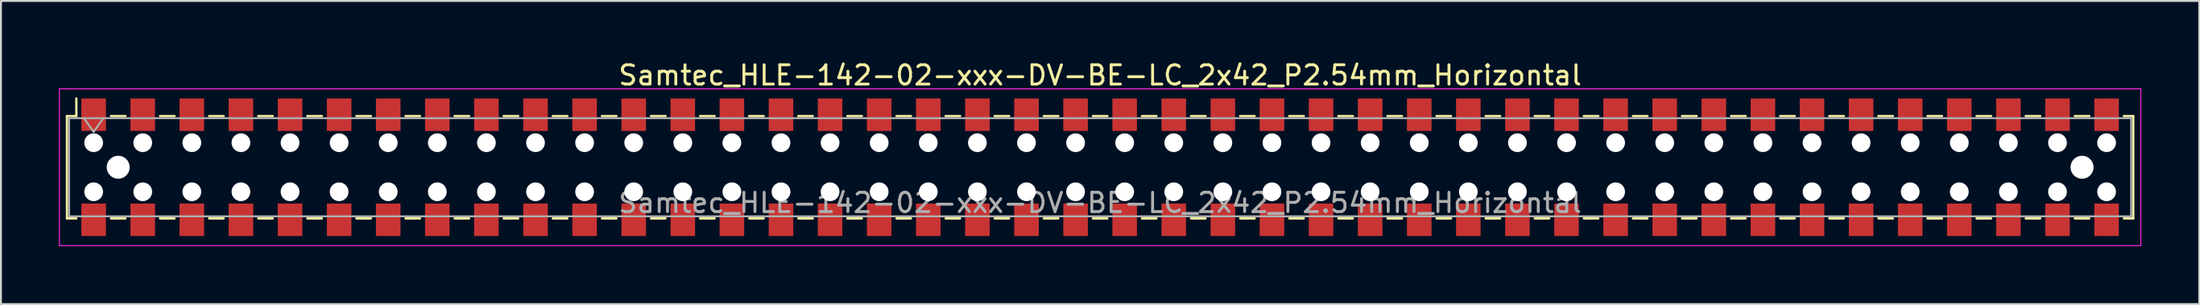
<source format=kicad_pcb>
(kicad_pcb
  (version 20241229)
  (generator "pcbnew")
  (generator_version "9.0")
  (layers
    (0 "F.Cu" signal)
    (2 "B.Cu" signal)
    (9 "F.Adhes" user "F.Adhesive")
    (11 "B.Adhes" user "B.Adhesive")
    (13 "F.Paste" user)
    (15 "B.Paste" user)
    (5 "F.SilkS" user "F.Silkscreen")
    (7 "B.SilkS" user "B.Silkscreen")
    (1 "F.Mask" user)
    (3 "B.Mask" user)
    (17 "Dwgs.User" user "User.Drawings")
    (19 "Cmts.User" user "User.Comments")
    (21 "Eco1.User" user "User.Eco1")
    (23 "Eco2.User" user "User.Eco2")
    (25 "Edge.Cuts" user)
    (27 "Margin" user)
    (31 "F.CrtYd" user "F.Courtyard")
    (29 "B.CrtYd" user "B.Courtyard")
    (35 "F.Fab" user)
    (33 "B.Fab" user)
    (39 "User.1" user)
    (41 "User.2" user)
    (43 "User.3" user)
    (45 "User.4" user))
  (footprint "Samtec_HLE-142-02-xxx-DV-BE-LC_2x42_P2.54mm_Horizontal"
    (layer "F.Cu")
    (at 53.865 5.608)
    (property "Reference" "Samtec_HLE-142-02-xxx-DV-BE-LC_2x42_P2.54mm_Horizontal" (at 0 -4.76 0) (layer "F.SilkS") (effects (font (size 1 1) (thickness 0.15))))
    (attr smd)
    (fp_line (start -53.45 -2.65) (end -53.45 2.65) (stroke (width 0.12) (type solid)) (layer "F.SilkS"))
    (fp_line (start -53.45 2.65) (end -52.965 2.65) (stroke (width 0.12) (type solid)) (layer "F.SilkS"))
    (fp_line (start -52.965 -3.56) (end -52.965 -2.65) (stroke (width 0.12) (type solid)) (layer "F.SilkS"))
    (fp_line (start -52.965 -2.65) (end -53.45 -2.65) (stroke (width 0.12) (type solid)) (layer "F.SilkS"))
    (fp_line (start -51.175 -2.65) (end -50.425 -2.65) (stroke (width 0.12) (type solid)) (layer "F.SilkS"))
    (fp_line (start -51.175 2.65) (end -50.425 2.65) (stroke (width 0.12) (type solid)) (layer "F.SilkS"))
    (fp_line (start -48.635 -2.65) (end -47.885 -2.65) (stroke (width 0.12) (type solid)) (layer "F.SilkS"))
    (fp_line (start -48.635 2.65) (end -47.885 2.65) (stroke (width 0.12) (type solid)) (layer "F.SilkS"))
    (fp_line (start -46.095 -2.65) (end -45.345 -2.65) (stroke (width 0.12) (type solid)) (layer "F.SilkS"))
    (fp_line (start -46.095 2.65) (end -45.345 2.65) (stroke (width 0.12) (type solid)) (layer "F.SilkS"))
    (fp_line (start -43.555 -2.65) (end -42.805 -2.65) (stroke (width 0.12) (type solid)) (layer "F.SilkS"))
    (fp_line (start -43.555 2.65) (end -42.805 2.65) (stroke (width 0.12) (type solid)) (layer "F.SilkS"))
    (fp_line (start -41.015 -2.65) (end -40.265 -2.65) (stroke (width 0.12) (type solid)) (layer "F.SilkS"))
    (fp_line (start -41.015 2.65) (end -40.265 2.65) (stroke (width 0.12) (type solid)) (layer "F.SilkS"))
    (fp_line (start -38.475 -2.65) (end -37.725 -2.65) (stroke (width 0.12) (type solid)) (layer "F.SilkS"))
    (fp_line (start -38.475 2.65) (end -37.725 2.65) (stroke (width 0.12) (type solid)) (layer "F.SilkS"))
    (fp_line (start -35.935 -2.65) (end -35.185 -2.65) (stroke (width 0.12) (type solid)) (layer "F.SilkS"))
    (fp_line (start -35.935 2.65) (end -35.185 2.65) (stroke (width 0.12) (type solid)) (layer "F.SilkS"))
    (fp_line (start -33.395 -2.65) (end -32.645 -2.65) (stroke (width 0.12) (type solid)) (layer "F.SilkS"))
    (fp_line (start -33.395 2.65) (end -32.645 2.65) (stroke (width 0.12) (type solid)) (layer "F.SilkS"))
    (fp_line (start -30.855 -2.65) (end -30.105 -2.65) (stroke (width 0.12) (type solid)) (layer "F.SilkS"))
    (fp_line (start -30.855 2.65) (end -30.105 2.65) (stroke (width 0.12) (type solid)) (layer "F.SilkS"))
    (fp_line (start -28.315 -2.65) (end -27.565 -2.65) (stroke (width 0.12) (type solid)) (layer "F.SilkS"))
    (fp_line (start -28.315 2.65) (end -27.565 2.65) (stroke (width 0.12) (type solid)) (layer "F.SilkS"))
    (fp_line (start -25.775 -2.65) (end -25.025 -2.65) (stroke (width 0.12) (type solid)) (layer "F.SilkS"))
    (fp_line (start -25.775 2.65) (end -25.025 2.65) (stroke (width 0.12) (type solid)) (layer "F.SilkS"))
    (fp_line (start -23.235 -2.65) (end -22.485 -2.65) (stroke (width 0.12) (type solid)) (layer "F.SilkS"))
    (fp_line (start -23.235 2.65) (end -22.485 2.65) (stroke (width 0.12) (type solid)) (layer "F.SilkS"))
    (fp_line (start -20.695 -2.65) (end -19.945 -2.65) (stroke (width 0.12) (type solid)) (layer "F.SilkS"))
    (fp_line (start -20.695 2.65) (end -19.945 2.65) (stroke (width 0.12) (type solid)) (layer "F.SilkS"))
    (fp_line (start -18.155 -2.65) (end -17.405 -2.65) (stroke (width 0.12) (type solid)) (layer "F.SilkS"))
    (fp_line (start -18.155 2.65) (end -17.405 2.65) (stroke (width 0.12) (type solid)) (layer "F.SilkS"))
    (fp_line (start -15.615 -2.65) (end -14.865 -2.65) (stroke (width 0.12) (type solid)) (layer "F.SilkS"))
    (fp_line (start -15.615 2.65) (end -14.865 2.65) (stroke (width 0.12) (type solid)) (layer "F.SilkS"))
    (fp_line (start -13.075 -2.65) (end -12.325 -2.65) (stroke (width 0.12) (type solid)) (layer "F.SilkS"))
    (fp_line (start -13.075 2.65) (end -12.325 2.65) (stroke (width 0.12) (type solid)) (layer "F.SilkS"))
    (fp_line (start -10.535 -2.65) (end -9.785 -2.65) (stroke (width 0.12) (type solid)) (layer "F.SilkS"))
    (fp_line (start -10.535 2.65) (end -9.785 2.65) (stroke (width 0.12) (type solid)) (layer "F.SilkS"))
    (fp_line (start -7.995 -2.65) (end -7.245 -2.65) (stroke (width 0.12) (type solid)) (layer "F.SilkS"))
    (fp_line (start -7.995 2.65) (end -7.245 2.65) (stroke (width 0.12) (type solid)) (layer "F.SilkS"))
    (fp_line (start -5.455 -2.65) (end -4.705 -2.65) (stroke (width 0.12) (type solid)) (layer "F.SilkS"))
    (fp_line (start -5.455 2.65) (end -4.705 2.65) (stroke (width 0.12) (type solid)) (layer "F.SilkS"))
    (fp_line (start -2.915 -2.65) (end -2.165 -2.65) (stroke (width 0.12) (type solid)) (layer "F.SilkS"))
    (fp_line (start -2.915 2.65) (end -2.165 2.65) (stroke (width 0.12) (type solid)) (layer "F.SilkS"))
    (fp_line (start -0.375 -2.65) (end 0.375 -2.65) (stroke (width 0.12) (type solid)) (layer "F.SilkS"))
    (fp_line (start -0.375 2.65) (end 0.375 2.65) (stroke (width 0.12) (type solid)) (layer "F.SilkS"))
    (fp_line (start 2.165 -2.65) (end 2.915 -2.65) (stroke (width 0.12) (type solid)) (layer "F.SilkS"))
    (fp_line (start 2.165 2.65) (end 2.915 2.65) (stroke (width 0.12) (type solid)) (layer "F.SilkS"))
    (fp_line (start 4.705 -2.65) (end 5.455 -2.65) (stroke (width 0.12) (type solid)) (layer "F.SilkS"))
    (fp_line (start 4.705 2.65) (end 5.455 2.65) (stroke (width 0.12) (type solid)) (layer "F.SilkS"))
    (fp_line (start 7.245 -2.65) (end 7.995 -2.65) (stroke (width 0.12) (type solid)) (layer "F.SilkS"))
    (fp_line (start 7.245 2.65) (end 7.995 2.65) (stroke (width 0.12) (type solid)) (layer "F.SilkS"))
    (fp_line (start 9.785 -2.65) (end 10.535 -2.65) (stroke (width 0.12) (type solid)) (layer "F.SilkS"))
    (fp_line (start 9.785 2.65) (end 10.535 2.65) (stroke (width 0.12) (type solid)) (layer "F.SilkS"))
    (fp_line (start 12.325 -2.65) (end 13.075 -2.65) (stroke (width 0.12) (type solid)) (layer "F.SilkS"))
    (fp_line (start 12.325 2.65) (end 13.075 2.65) (stroke (width 0.12) (type solid)) (layer "F.SilkS"))
    (fp_line (start 14.865 -2.65) (end 15.615 -2.65) (stroke (width 0.12) (type solid)) (layer "F.SilkS"))
    (fp_line (start 14.865 2.65) (end 15.615 2.65) (stroke (width 0.12) (type solid)) (layer "F.SilkS"))
    (fp_line (start 17.405 -2.65) (end 18.155 -2.65) (stroke (width 0.12) (type solid)) (layer "F.SilkS"))
    (fp_line (start 17.405 2.65) (end 18.155 2.65) (stroke (width 0.12) (type solid)) (layer "F.SilkS"))
    (fp_line (start 19.945 -2.65) (end 20.695 -2.65) (stroke (width 0.12) (type solid)) (layer "F.SilkS"))
    (fp_line (start 19.945 2.65) (end 20.695 2.65) (stroke (width 0.12) (type solid)) (layer "F.SilkS"))
    (fp_line (start 22.485 -2.65) (end 23.235 -2.65) (stroke (width 0.12) (type solid)) (layer "F.SilkS"))
    (fp_line (start 22.485 2.65) (end 23.235 2.65) (stroke (width 0.12) (type solid)) (layer "F.SilkS"))
    (fp_line (start 25.025 -2.65) (end 25.775 -2.65) (stroke (width 0.12) (type solid)) (layer "F.SilkS"))
    (fp_line (start 25.025 2.65) (end 25.775 2.65) (stroke (width 0.12) (type solid)) (layer "F.SilkS"))
    (fp_line (start 27.565 -2.65) (end 28.315 -2.65) (stroke (width 0.12) (type solid)) (layer "F.SilkS"))
    (fp_line (start 27.565 2.65) (end 28.315 2.65) (stroke (width 0.12) (type solid)) (layer "F.SilkS"))
    (fp_line (start 30.105 -2.65) (end 30.855 -2.65) (stroke (width 0.12) (type solid)) (layer "F.SilkS"))
    (fp_line (start 30.105 2.65) (end 30.855 2.65) (stroke (width 0.12) (type solid)) (layer "F.SilkS"))
    (fp_line (start 32.645 -2.65) (end 33.395 -2.65) (stroke (width 0.12) (type solid)) (layer "F.SilkS"))
    (fp_line (start 32.645 2.65) (end 33.395 2.65) (stroke (width 0.12) (type solid)) (layer "F.SilkS"))
    (fp_line (start 35.185 -2.65) (end 35.935 -2.65) (stroke (width 0.12) (type solid)) (layer "F.SilkS"))
    (fp_line (start 35.185 2.65) (end 35.935 2.65) (stroke (width 0.12) (type solid)) (layer "F.SilkS"))
    (fp_line (start 37.725 -2.65) (end 38.475 -2.65) (stroke (width 0.12) (type solid)) (layer "F.SilkS"))
    (fp_line (start 37.725 2.65) (end 38.475 2.65) (stroke (width 0.12) (type solid)) (layer "F.SilkS"))
    (fp_line (start 40.265 -2.65) (end 41.015 -2.65) (stroke (width 0.12) (type solid)) (layer "F.SilkS"))
    (fp_line (start 40.265 2.65) (end 41.015 2.65) (stroke (width 0.12) (type solid)) (layer "F.SilkS"))
    (fp_line (start 42.805 -2.65) (end 43.555 -2.65) (stroke (width 0.12) (type solid)) (layer "F.SilkS"))
    (fp_line (start 42.805 2.65) (end 43.555 2.65) (stroke (width 0.12) (type solid)) (layer "F.SilkS"))
    (fp_line (start 45.345 -2.65) (end 46.095 -2.65) (stroke (width 0.12) (type solid)) (layer "F.SilkS"))
    (fp_line (start 45.345 2.65) (end 46.095 2.65) (stroke (width 0.12) (type solid)) (layer "F.SilkS"))
    (fp_line (start 47.885 -2.65) (end 48.635 -2.65) (stroke (width 0.12) (type solid)) (layer "F.SilkS"))
    (fp_line (start 47.885 2.65) (end 48.635 2.65) (stroke (width 0.12) (type solid)) (layer "F.SilkS"))
    (fp_line (start 50.425 -2.65) (end 51.175 -2.65) (stroke (width 0.12) (type solid)) (layer "F.SilkS"))
    (fp_line (start 50.425 2.65) (end 51.175 2.65) (stroke (width 0.12) (type solid)) (layer "F.SilkS"))
    (fp_line (start 52.965 -2.65) (end 53.45 -2.65) (stroke (width 0.12) (type solid)) (layer "F.SilkS"))
    (fp_line (start 53.45 -2.65) (end 53.45 2.65) (stroke (width 0.12) (type solid)) (layer "F.SilkS"))
    (fp_line (start 53.45 2.65) (end 52.965 2.65) (stroke (width 0.12) (type solid)) (layer "F.SilkS"))
    (fp_line (start -53.84 -4.06) (end 53.84 -4.06) (stroke (width 0.05) (type solid)) (layer "F.CrtYd"))
    (fp_line (start -53.84 4.06) (end -53.84 -4.06) (stroke (width 0.05) (type solid)) (layer "F.CrtYd"))
    (fp_line (start 53.84 -4.06) (end 53.84 4.06) (stroke (width 0.05) (type solid)) (layer "F.CrtYd"))
    (fp_line (start 53.84 4.06) (end -53.84 4.06) (stroke (width 0.05) (type solid)) (layer "F.CrtYd"))
    (fp_line (start -53.34 -2.54) (end 53.34 -2.54) (stroke (width 0.1) (type solid)) (layer "F.Fab"))
    (fp_line (start -53.34 2.54) (end -53.34 -2.54) (stroke (width 0.1) (type solid)) (layer "F.Fab"))
    (fp_line (start -52.57 -2.54) (end -52.07 -1.833) (stroke (width 0.1) (type solid)) (layer "F.Fab"))
    (fp_line (start -52.07 -1.833) (end -51.57 -2.54) (stroke (width 0.1) (type solid)) (layer "F.Fab"))
    (fp_line (start 53.34 -2.54) (end 53.34 2.54) (stroke (width 0.1) (type solid)) (layer "F.Fab"))
    (fp_line (start 53.34 2.54) (end -53.34 2.54) (stroke (width 0.1) (type solid)) (layer "F.Fab"))
    (fp_text user "${REFERENCE}" (at 0 1.84 0) (layer "F.Fab") (effects (font (size 1 1) (thickness 0.15))))
    (pad "" np_thru_hole circle (at -52.07 -1.27) (size 0.97 0.97) (drill 0.97) (layers "*.Cu" "*.Mask"))
    (pad "" np_thru_hole circle (at -52.07 1.27) (size 0.97 0.97) (drill 0.97) (layers "*.Cu" "*.Mask"))
    (pad "" np_thru_hole circle (at -50.8 0) (size 1.19 1.19) (drill 1.19) (layers "*.Cu" "*.Mask"))
    (pad "" np_thru_hole circle (at -49.53 -1.27) (size 0.97 0.97) (drill 0.97) (layers "*.Cu" "*.Mask"))
    (pad "" np_thru_hole circle (at -49.53 1.27) (size 0.97 0.97) (drill 0.97) (layers "*.Cu" "*.Mask"))
    (pad "" np_thru_hole circle (at -46.99 -1.27) (size 0.97 0.97) (drill 0.97) (layers "*.Cu" "*.Mask"))
    (pad "" np_thru_hole circle (at -46.99 1.27) (size 0.97 0.97) (drill 0.97) (layers "*.Cu" "*.Mask"))
    (pad "" np_thru_hole circle (at -44.45 -1.27) (size 0.97 0.97) (drill 0.97) (layers "*.Cu" "*.Mask"))
    (pad "" np_thru_hole circle (at -44.45 1.27) (size 0.97 0.97) (drill 0.97) (layers "*.Cu" "*.Mask"))
    (pad "" np_thru_hole circle (at -41.91 -1.27) (size 0.97 0.97) (drill 0.97) (layers "*.Cu" "*.Mask"))
    (pad "" np_thru_hole circle (at -41.91 1.27) (size 0.97 0.97) (drill 0.97) (layers "*.Cu" "*.Mask"))
    (pad "" np_thru_hole circle (at -39.37 -1.27) (size 0.97 0.97) (drill 0.97) (layers "*.Cu" "*.Mask"))
    (pad "" np_thru_hole circle (at -39.37 1.27) (size 0.97 0.97) (drill 0.97) (layers "*.Cu" "*.Mask"))
    (pad "" np_thru_hole circle (at -36.83 -1.27) (size 0.97 0.97) (drill 0.97) (layers "*.Cu" "*.Mask"))
    (pad "" np_thru_hole circle (at -36.83 1.27) (size 0.97 0.97) (drill 0.97) (layers "*.Cu" "*.Mask"))
    (pad "" np_thru_hole circle (at -34.29 -1.27) (size 0.97 0.97) (drill 0.97) (layers "*.Cu" "*.Mask"))
    (pad "" np_thru_hole circle (at -34.29 1.27) (size 0.97 0.97) (drill 0.97) (layers "*.Cu" "*.Mask"))
    (pad "" np_thru_hole circle (at -31.75 -1.27) (size 0.97 0.97) (drill 0.97) (layers "*.Cu" "*.Mask"))
    (pad "" np_thru_hole circle (at -31.75 1.27) (size 0.97 0.97) (drill 0.97) (layers "*.Cu" "*.Mask"))
    (pad "" np_thru_hole circle (at -29.21 -1.27) (size 0.97 0.97) (drill 0.97) (layers "*.Cu" "*.Mask"))
    (pad "" np_thru_hole circle (at -29.21 1.27) (size 0.97 0.97) (drill 0.97) (layers "*.Cu" "*.Mask"))
    (pad "" np_thru_hole circle (at -26.67 -1.27) (size 0.97 0.97) (drill 0.97) (layers "*.Cu" "*.Mask"))
    (pad "" np_thru_hole circle (at -26.67 1.27) (size 0.97 0.97) (drill 0.97) (layers "*.Cu" "*.Mask"))
    (pad "" np_thru_hole circle (at -24.13 -1.27) (size 0.97 0.97) (drill 0.97) (layers "*.Cu" "*.Mask"))
    (pad "" np_thru_hole circle (at -24.13 1.27) (size 0.97 0.97) (drill 0.97) (layers "*.Cu" "*.Mask"))
    (pad "" np_thru_hole circle (at -21.59 -1.27) (size 0.97 0.97) (drill 0.97) (layers "*.Cu" "*.Mask"))
    (pad "" np_thru_hole circle (at -21.59 1.27) (size 0.97 0.97) (drill 0.97) (layers "*.Cu" "*.Mask"))
    (pad "" np_thru_hole circle (at -19.05 -1.27) (size 0.97 0.97) (drill 0.97) (layers "*.Cu" "*.Mask"))
    (pad "" np_thru_hole circle (at -19.05 1.27) (size 0.97 0.97) (drill 0.97) (layers "*.Cu" "*.Mask"))
    (pad "" np_thru_hole circle (at -16.51 -1.27) (size 0.97 0.97) (drill 0.97) (layers "*.Cu" "*.Mask"))
    (pad "" np_thru_hole circle (at -16.51 1.27) (size 0.97 0.97) (drill 0.97) (layers "*.Cu" "*.Mask"))
    (pad "" np_thru_hole circle (at -13.97 -1.27) (size 0.97 0.97) (drill 0.97) (layers "*.Cu" "*.Mask"))
    (pad "" np_thru_hole circle (at -13.97 1.27) (size 0.97 0.97) (drill 0.97) (layers "*.Cu" "*.Mask"))
    (pad "" np_thru_hole circle (at -11.43 -1.27) (size 0.97 0.97) (drill 0.97) (layers "*.Cu" "*.Mask"))
    (pad "" np_thru_hole circle (at -11.43 1.27) (size 0.97 0.97) (drill 0.97) (layers "*.Cu" "*.Mask"))
    (pad "" np_thru_hole circle (at -8.89 -1.27) (size 0.97 0.97) (drill 0.97) (layers "*.Cu" "*.Mask"))
    (pad "" np_thru_hole circle (at -8.89 1.27) (size 0.97 0.97) (drill 0.97) (layers "*.Cu" "*.Mask"))
    (pad "" np_thru_hole circle (at -6.35 -1.27) (size 0.97 0.97) (drill 0.97) (layers "*.Cu" "*.Mask"))
    (pad "" np_thru_hole circle (at -6.35 1.27) (size 0.97 0.97) (drill 0.97) (layers "*.Cu" "*.Mask"))
    (pad "" np_thru_hole circle (at -3.81 -1.27) (size 0.97 0.97) (drill 0.97) (layers "*.Cu" "*.Mask"))
    (pad "" np_thru_hole circle (at -3.81 1.27) (size 0.97 0.97) (drill 0.97) (layers "*.Cu" "*.Mask"))
    (pad "" np_thru_hole circle (at -1.27 -1.27) (size 0.97 0.97) (drill 0.97) (layers "*.Cu" "*.Mask"))
    (pad "" np_thru_hole circle (at -1.27 1.27) (size 0.97 0.97) (drill 0.97) (layers "*.Cu" "*.Mask"))
    (pad "" np_thru_hole circle (at 1.27 -1.27) (size 0.97 0.97) (drill 0.97) (layers "*.Cu" "*.Mask"))
    (pad "" np_thru_hole circle (at 1.27 1.27) (size 0.97 0.97) (drill 0.97) (layers "*.Cu" "*.Mask"))
    (pad "" np_thru_hole circle (at 3.81 -1.27) (size 0.97 0.97) (drill 0.97) (layers "*.Cu" "*.Mask"))
    (pad "" np_thru_hole circle (at 3.81 1.27) (size 0.97 0.97) (drill 0.97) (layers "*.Cu" "*.Mask"))
    (pad "" np_thru_hole circle (at 6.35 -1.27) (size 0.97 0.97) (drill 0.97) (layers "*.Cu" "*.Mask"))
    (pad "" np_thru_hole circle (at 6.35 1.27) (size 0.97 0.97) (drill 0.97) (layers "*.Cu" "*.Mask"))
    (pad "" np_thru_hole circle (at 8.89 -1.27) (size 0.97 0.97) (drill 0.97) (layers "*.Cu" "*.Mask"))
    (pad "" np_thru_hole circle (at 8.89 1.27) (size 0.97 0.97) (drill 0.97) (layers "*.Cu" "*.Mask"))
    (pad "" np_thru_hole circle (at 11.43 -1.27) (size 0.97 0.97) (drill 0.97) (layers "*.Cu" "*.Mask"))
    (pad "" np_thru_hole circle (at 11.43 1.27) (size 0.97 0.97) (drill 0.97) (layers "*.Cu" "*.Mask"))
    (pad "" np_thru_hole circle (at 13.97 -1.27) (size 0.97 0.97) (drill 0.97) (layers "*.Cu" "*.Mask"))
    (pad "" np_thru_hole circle (at 13.97 1.27) (size 0.97 0.97) (drill 0.97) (layers "*.Cu" "*.Mask"))
    (pad "" np_thru_hole circle (at 16.51 -1.27) (size 0.97 0.97) (drill 0.97) (layers "*.Cu" "*.Mask"))
    (pad "" np_thru_hole circle (at 16.51 1.27) (size 0.97 0.97) (drill 0.97) (layers "*.Cu" "*.Mask"))
    (pad "" np_thru_hole circle (at 19.05 -1.27) (size 0.97 0.97) (drill 0.97) (layers "*.Cu" "*.Mask"))
    (pad "" np_thru_hole circle (at 19.05 1.27) (size 0.97 0.97) (drill 0.97) (layers "*.Cu" "*.Mask"))
    (pad "" np_thru_hole circle (at 21.59 -1.27) (size 0.97 0.97) (drill 0.97) (layers "*.Cu" "*.Mask"))
    (pad "" np_thru_hole circle (at 21.59 1.27) (size 0.97 0.97) (drill 0.97) (layers "*.Cu" "*.Mask"))
    (pad "" np_thru_hole circle (at 24.13 -1.27) (size 0.97 0.97) (drill 0.97) (layers "*.Cu" "*.Mask"))
    (pad "" np_thru_hole circle (at 24.13 1.27) (size 0.97 0.97) (drill 0.97) (layers "*.Cu" "*.Mask"))
    (pad "" np_thru_hole circle (at 26.67 -1.27) (size 0.97 0.97) (drill 0.97) (layers "*.Cu" "*.Mask"))
    (pad "" np_thru_hole circle (at 26.67 1.27) (size 0.97 0.97) (drill 0.97) (layers "*.Cu" "*.Mask"))
    (pad "" np_thru_hole circle (at 29.21 -1.27) (size 0.97 0.97) (drill 0.97) (layers "*.Cu" "*.Mask"))
    (pad "" np_thru_hole circle (at 29.21 1.27) (size 0.97 0.97) (drill 0.97) (layers "*.Cu" "*.Mask"))
    (pad "" np_thru_hole circle (at 31.75 -1.27) (size 0.97 0.97) (drill 0.97) (layers "*.Cu" "*.Mask"))
    (pad "" np_thru_hole circle (at 31.75 1.27) (size 0.97 0.97) (drill 0.97) (layers "*.Cu" "*.Mask"))
    (pad "" np_thru_hole circle (at 34.29 -1.27) (size 0.97 0.97) (drill 0.97) (layers "*.Cu" "*.Mask"))
    (pad "" np_thru_hole circle (at 34.29 1.27) (size 0.97 0.97) (drill 0.97) (layers "*.Cu" "*.Mask"))
    (pad "" np_thru_hole circle (at 36.83 -1.27) (size 0.97 0.97) (drill 0.97) (layers "*.Cu" "*.Mask"))
    (pad "" np_thru_hole circle (at 36.83 1.27) (size 0.97 0.97) (drill 0.97) (layers "*.Cu" "*.Mask"))
    (pad "" np_thru_hole circle (at 39.37 -1.27) (size 0.97 0.97) (drill 0.97) (layers "*.Cu" "*.Mask"))
    (pad "" np_thru_hole circle (at 39.37 1.27) (size 0.97 0.97) (drill 0.97) (layers "*.Cu" "*.Mask"))
    (pad "" np_thru_hole circle (at 41.91 -1.27) (size 0.97 0.97) (drill 0.97) (layers "*.Cu" "*.Mask"))
    (pad "" np_thru_hole circle (at 41.91 1.27) (size 0.97 0.97) (drill 0.97) (layers "*.Cu" "*.Mask"))
    (pad "" np_thru_hole circle (at 44.45 -1.27) (size 0.97 0.97) (drill 0.97) (layers "*.Cu" "*.Mask"))
    (pad "" np_thru_hole circle (at 44.45 1.27) (size 0.97 0.97) (drill 0.97) (layers "*.Cu" "*.Mask"))
    (pad "" np_thru_hole circle (at 46.99 -1.27) (size 0.97 0.97) (drill 0.97) (layers "*.Cu" "*.Mask"))
    (pad "" np_thru_hole circle (at 46.99 1.27) (size 0.97 0.97) (drill 0.97) (layers "*.Cu" "*.Mask"))
    (pad "" np_thru_hole circle (at 49.53 -1.27) (size 0.97 0.97) (drill 0.97) (layers "*.Cu" "*.Mask"))
    (pad "" np_thru_hole circle (at 49.53 1.27) (size 0.97 0.97) (drill 0.97) (layers "*.Cu" "*.Mask"))
    (pad "" np_thru_hole circle (at 50.8 0) (size 1.19 1.19) (drill 1.19) (layers "*.Cu" "*.Mask"))
    (pad "" np_thru_hole circle (at 52.07 -1.27) (size 0.97 0.97) (drill 0.97) (layers "*.Cu" "*.Mask"))
    (pad "" np_thru_hole circle (at 52.07 1.27) (size 0.97 0.97) (drill 0.97) (layers "*.Cu" "*.Mask"))
    (pad "1" smd rect (at -52.07 -2.72) (size 1.27 1.68) (layers "F.Cu" "F.Mask" "F.Paste"))
    (pad "2" smd rect (at -52.07 2.72) (size 1.27 1.68) (layers "F.Cu" "F.Mask" "F.Paste"))
    (pad "3" smd rect (at -49.53 -2.72) (size 1.27 1.68) (layers "F.Cu" "F.Mask" "F.Paste"))
    (pad "4" smd rect (at -49.53 2.72) (size 1.27 1.68) (layers "F.Cu" "F.Mask" "F.Paste"))
    (pad "5" smd rect (at -46.99 -2.72) (size 1.27 1.68) (layers "F.Cu" "F.Mask" "F.Paste"))
    (pad "6" smd rect (at -46.99 2.72) (size 1.27 1.68) (layers "F.Cu" "F.Mask" "F.Paste"))
    (pad "7" smd rect (at -44.45 -2.72) (size 1.27 1.68) (layers "F.Cu" "F.Mask" "F.Paste"))
    (pad "8" smd rect (at -44.45 2.72) (size 1.27 1.68) (layers "F.Cu" "F.Mask" "F.Paste"))
    (pad "9" smd rect (at -41.91 -2.72) (size 1.27 1.68) (layers "F.Cu" "F.Mask" "F.Paste"))
    (pad "10" smd rect (at -41.91 2.72) (size 1.27 1.68) (layers "F.Cu" "F.Mask" "F.Paste"))
    (pad "11" smd rect (at -39.37 -2.72) (size 1.27 1.68) (layers "F.Cu" "F.Mask" "F.Paste"))
    (pad "12" smd rect (at -39.37 2.72) (size 1.27 1.68) (layers "F.Cu" "F.Mask" "F.Paste"))
    (pad "13" smd rect (at -36.83 -2.72) (size 1.27 1.68) (layers "F.Cu" "F.Mask" "F.Paste"))
    (pad "14" smd rect (at -36.83 2.72) (size 1.27 1.68) (layers "F.Cu" "F.Mask" "F.Paste"))
    (pad "15" smd rect (at -34.29 -2.72) (size 1.27 1.68) (layers "F.Cu" "F.Mask" "F.Paste"))
    (pad "16" smd rect (at -34.29 2.72) (size 1.27 1.68) (layers "F.Cu" "F.Mask" "F.Paste"))
    (pad "17" smd rect (at -31.75 -2.72) (size 1.27 1.68) (layers "F.Cu" "F.Mask" "F.Paste"))
    (pad "18" smd rect (at -31.75 2.72) (size 1.27 1.68) (layers "F.Cu" "F.Mask" "F.Paste"))
    (pad "19" smd rect (at -29.21 -2.72) (size 1.27 1.68) (layers "F.Cu" "F.Mask" "F.Paste"))
    (pad "20" smd rect (at -29.21 2.72) (size 1.27 1.68) (layers "F.Cu" "F.Mask" "F.Paste"))
    (pad "21" smd rect (at -26.67 -2.72) (size 1.27 1.68) (layers "F.Cu" "F.Mask" "F.Paste"))
    (pad "22" smd rect (at -26.67 2.72) (size 1.27 1.68) (layers "F.Cu" "F.Mask" "F.Paste"))
    (pad "23" smd rect (at -24.13 -2.72) (size 1.27 1.68) (layers "F.Cu" "F.Mask" "F.Paste"))
    (pad "24" smd rect (at -24.13 2.72) (size 1.27 1.68) (layers "F.Cu" "F.Mask" "F.Paste"))
    (pad "25" smd rect (at -21.59 -2.72) (size 1.27 1.68) (layers "F.Cu" "F.Mask" "F.Paste"))
    (pad "26" smd rect (at -21.59 2.72) (size 1.27 1.68) (layers "F.Cu" "F.Mask" "F.Paste"))
    (pad "27" smd rect (at -19.05 -2.72) (size 1.27 1.68) (layers "F.Cu" "F.Mask" "F.Paste"))
    (pad "28" smd rect (at -19.05 2.72) (size 1.27 1.68) (layers "F.Cu" "F.Mask" "F.Paste"))
    (pad "29" smd rect (at -16.51 -2.72) (size 1.27 1.68) (layers "F.Cu" "F.Mask" "F.Paste"))
    (pad "30" smd rect (at -16.51 2.72) (size 1.27 1.68) (layers "F.Cu" "F.Mask" "F.Paste"))
    (pad "31" smd rect (at -13.97 -2.72) (size 1.27 1.68) (layers "F.Cu" "F.Mask" "F.Paste"))
    (pad "32" smd rect (at -13.97 2.72) (size 1.27 1.68) (layers "F.Cu" "F.Mask" "F.Paste"))
    (pad "33" smd rect (at -11.43 -2.72) (size 1.27 1.68) (layers "F.Cu" "F.Mask" "F.Paste"))
    (pad "34" smd rect (at -11.43 2.72) (size 1.27 1.68) (layers "F.Cu" "F.Mask" "F.Paste"))
    (pad "35" smd rect (at -8.89 -2.72) (size 1.27 1.68) (layers "F.Cu" "F.Mask" "F.Paste"))
    (pad "36" smd rect (at -8.89 2.72) (size 1.27 1.68) (layers "F.Cu" "F.Mask" "F.Paste"))
    (pad "37" smd rect (at -6.35 -2.72) (size 1.27 1.68) (layers "F.Cu" "F.Mask" "F.Paste"))
    (pad "38" smd rect (at -6.35 2.72) (size 1.27 1.68) (layers "F.Cu" "F.Mask" "F.Paste"))
    (pad "39" smd rect (at -3.81 -2.72) (size 1.27 1.68) (layers "F.Cu" "F.Mask" "F.Paste"))
    (pad "40" smd rect (at -3.81 2.72) (size 1.27 1.68) (layers "F.Cu" "F.Mask" "F.Paste"))
    (pad "41" smd rect (at -1.27 -2.72) (size 1.27 1.68) (layers "F.Cu" "F.Mask" "F.Paste"))
    (pad "42" smd rect (at -1.27 2.72) (size 1.27 1.68) (layers "F.Cu" "F.Mask" "F.Paste"))
    (pad "43" smd rect (at 1.27 -2.72) (size 1.27 1.68) (layers "F.Cu" "F.Mask" "F.Paste"))
    (pad "44" smd rect (at 1.27 2.72) (size 1.27 1.68) (layers "F.Cu" "F.Mask" "F.Paste"))
    (pad "45" smd rect (at 3.81 -2.72) (size 1.27 1.68) (layers "F.Cu" "F.Mask" "F.Paste"))
    (pad "46" smd rect (at 3.81 2.72) (size 1.27 1.68) (layers "F.Cu" "F.Mask" "F.Paste"))
    (pad "47" smd rect (at 6.35 -2.72) (size 1.27 1.68) (layers "F.Cu" "F.Mask" "F.Paste"))
    (pad "48" smd rect (at 6.35 2.72) (size 1.27 1.68) (layers "F.Cu" "F.Mask" "F.Paste"))
    (pad "49" smd rect (at 8.89 -2.72) (size 1.27 1.68) (layers "F.Cu" "F.Mask" "F.Paste"))
    (pad "50" smd rect (at 8.89 2.72) (size 1.27 1.68) (layers "F.Cu" "F.Mask" "F.Paste"))
    (pad "51" smd rect (at 11.43 -2.72) (size 1.27 1.68) (layers "F.Cu" "F.Mask" "F.Paste"))
    (pad "52" smd rect (at 11.43 2.72) (size 1.27 1.68) (layers "F.Cu" "F.Mask" "F.Paste"))
    (pad "53" smd rect (at 13.97 -2.72) (size 1.27 1.68) (layers "F.Cu" "F.Mask" "F.Paste"))
    (pad "54" smd rect (at 13.97 2.72) (size 1.27 1.68) (layers "F.Cu" "F.Mask" "F.Paste"))
    (pad "55" smd rect (at 16.51 -2.72) (size 1.27 1.68) (layers "F.Cu" "F.Mask" "F.Paste"))
    (pad "56" smd rect (at 16.51 2.72) (size 1.27 1.68) (layers "F.Cu" "F.Mask" "F.Paste"))
    (pad "57" smd rect (at 19.05 -2.72) (size 1.27 1.68) (layers "F.Cu" "F.Mask" "F.Paste"))
    (pad "58" smd rect (at 19.05 2.72) (size 1.27 1.68) (layers "F.Cu" "F.Mask" "F.Paste"))
    (pad "59" smd rect (at 21.59 -2.72) (size 1.27 1.68) (layers "F.Cu" "F.Mask" "F.Paste"))
    (pad "60" smd rect (at 21.59 2.72) (size 1.27 1.68) (layers "F.Cu" "F.Mask" "F.Paste"))
    (pad "61" smd rect (at 24.13 -2.72) (size 1.27 1.68) (layers "F.Cu" "F.Mask" "F.Paste"))
    (pad "62" smd rect (at 24.13 2.72) (size 1.27 1.68) (layers "F.Cu" "F.Mask" "F.Paste"))
    (pad "63" smd rect (at 26.67 -2.72) (size 1.27 1.68) (layers "F.Cu" "F.Mask" "F.Paste"))
    (pad "64" smd rect (at 26.67 2.72) (size 1.27 1.68) (layers "F.Cu" "F.Mask" "F.Paste"))
    (pad "65" smd rect (at 29.21 -2.72) (size 1.27 1.68) (layers "F.Cu" "F.Mask" "F.Paste"))
    (pad "66" smd rect (at 29.21 2.72) (size 1.27 1.68) (layers "F.Cu" "F.Mask" "F.Paste"))
    (pad "67" smd rect (at 31.75 -2.72) (size 1.27 1.68) (layers "F.Cu" "F.Mask" "F.Paste"))
    (pad "68" smd rect (at 31.75 2.72) (size 1.27 1.68) (layers "F.Cu" "F.Mask" "F.Paste"))
    (pad "69" smd rect (at 34.29 -2.72) (size 1.27 1.68) (layers "F.Cu" "F.Mask" "F.Paste"))
    (pad "70" smd rect (at 34.29 2.72) (size 1.27 1.68) (layers "F.Cu" "F.Mask" "F.Paste"))
    (pad "71" smd rect (at 36.83 -2.72) (size 1.27 1.68) (layers "F.Cu" "F.Mask" "F.Paste"))
    (pad "72" smd rect (at 36.83 2.72) (size 1.27 1.68) (layers "F.Cu" "F.Mask" "F.Paste"))
    (pad "73" smd rect (at 39.37 -2.72) (size 1.27 1.68) (layers "F.Cu" "F.Mask" "F.Paste"))
    (pad "74" smd rect (at 39.37 2.72) (size 1.27 1.68) (layers "F.Cu" "F.Mask" "F.Paste"))
    (pad "75" smd rect (at 41.91 -2.72) (size 1.27 1.68) (layers "F.Cu" "F.Mask" "F.Paste"))
    (pad "76" smd rect (at 41.91 2.72) (size 1.27 1.68) (layers "F.Cu" "F.Mask" "F.Paste"))
    (pad "77" smd rect (at 44.45 -2.72) (size 1.27 1.68) (layers "F.Cu" "F.Mask" "F.Paste"))
    (pad "78" smd rect (at 44.45 2.72) (size 1.27 1.68) (layers "F.Cu" "F.Mask" "F.Paste"))
    (pad "79" smd rect (at 46.99 -2.72) (size 1.27 1.68) (layers "F.Cu" "F.Mask" "F.Paste"))
    (pad "80" smd rect (at 46.99 2.72) (size 1.27 1.68) (layers "F.Cu" "F.Mask" "F.Paste"))
    (pad "81" smd rect (at 49.53 -2.72) (size 1.27 1.68) (layers "F.Cu" "F.Mask" "F.Paste"))
    (pad "82" smd rect (at 49.53 2.72) (size 1.27 1.68) (layers "F.Cu" "F.Mask" "F.Paste"))
    (pad "83" smd rect (at 52.07 -2.72) (size 1.27 1.68) (layers "F.Cu" "F.Mask" "F.Paste"))
    (pad "84" smd rect (at 52.07 2.72) (size 1.27 1.68) (layers "F.Cu" "F.Mask" "F.Paste")))
  (gr_rect
    (start -3 -3)
    (end 110.73 12.693)
    (stroke (width 0.1) (type default))
    (fill no)
    (layer "Edge.Cuts")))
</source>
